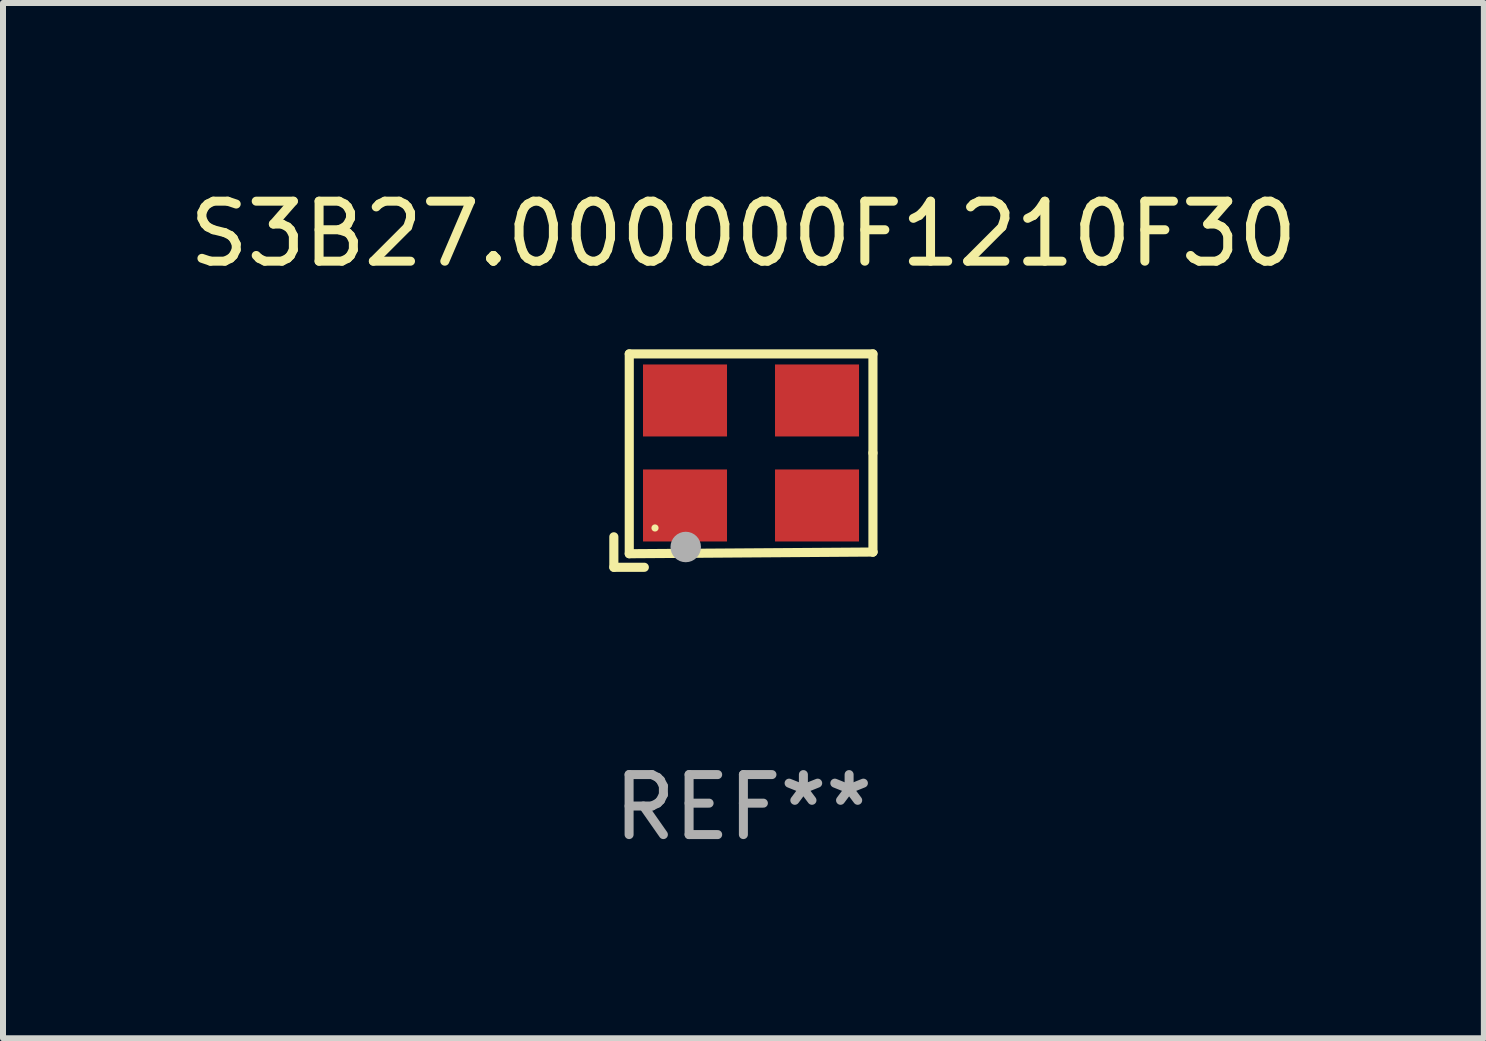
<source format=kicad_pcb>
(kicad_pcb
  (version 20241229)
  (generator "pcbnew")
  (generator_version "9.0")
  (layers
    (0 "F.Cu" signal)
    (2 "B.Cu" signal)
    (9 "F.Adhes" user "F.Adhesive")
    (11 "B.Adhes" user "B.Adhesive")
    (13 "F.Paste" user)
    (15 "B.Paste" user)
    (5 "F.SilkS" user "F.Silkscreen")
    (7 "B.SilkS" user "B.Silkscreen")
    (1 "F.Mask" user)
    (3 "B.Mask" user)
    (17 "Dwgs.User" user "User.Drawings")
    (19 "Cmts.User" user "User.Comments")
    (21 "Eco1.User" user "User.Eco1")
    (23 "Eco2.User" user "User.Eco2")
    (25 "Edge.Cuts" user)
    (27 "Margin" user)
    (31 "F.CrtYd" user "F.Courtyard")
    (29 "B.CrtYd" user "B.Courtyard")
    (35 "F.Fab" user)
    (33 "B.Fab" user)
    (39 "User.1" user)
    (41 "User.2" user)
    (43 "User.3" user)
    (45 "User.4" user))
  (footprint "S3B27.000000F1210F30"
    (layer "F.Cu")
    (at 9.339 4.626)
    (property "Reference" "S3B27.000000F1210F30" (at 0 -3.778 0) (layer "F.SilkS") (effects (font (size 1 1) (thickness 0.15))))
    (attr through_hole)
    (fp_line (start -2.159 1.27) (end -2.159 1.778) (stroke (width 0.152) (type solid)) (layer "F.SilkS"))
    (fp_line (start -2.159 1.778) (end -1.651 1.778) (stroke (width 0.152) (type solid)) (layer "F.SilkS"))
    (fp_line (start -1.902 -1.778) (end 2.159 -1.778) (stroke (width 0.152) (type solid)) (layer "F.SilkS"))
    (fp_line (start -1.902 1.552) (end -1.902 -1.778) (stroke (width 0.152) (type solid)) (layer "F.SilkS"))
    (fp_line (start 2.159 -1.778) (end 2.159 -0.127) (stroke (width 0.152) (type solid)) (layer "F.SilkS"))
    (fp_line (start 2.159 -0.127) (end 2.159 1.524) (stroke (width 0.152) (type solid)) (layer "F.SilkS"))
    (fp_line (start 2.159 1.524) (end -1.902 1.552) (stroke (width 0.152) (type solid)) (layer "F.SilkS"))
    (fp_line (start 2.159 1.524) (end 2.159 1.524) (stroke (width 0.152) (type solid)) (layer "F.SilkS"))
    (fp_circle (center -1.473 1.123) (end -1.443 1.123) (stroke (width 0.06) (type solid)) (fill no) (layer "F.SilkS"))
    (fp_circle (center -0.961 1.44) (end -0.834 1.44) (stroke (width 0.254) (type solid)) (fill no) (layer "F.Fab"))
    (fp_text user "REF**" (at 0 5.778 0) (layer "F.Fab") (effects (font (size 1 1) (thickness 0.15))))
    (pad "1" smd rect (at -0.973 0.748) (size 1.4 1.2) (layers "F.Cu" "F.Mask" "F.Paste"))
    (pad "2" smd rect (at 1.227 0.748) (size 1.4 1.2) (layers "F.Cu" "F.Mask" "F.Paste"))
    (pad "3" smd rect (at 1.227 -1.002) (size 1.4 1.2) (layers "F.Cu" "F.Mask" "F.Paste"))
    (pad "4" smd rect (at -0.973 -1.002) (size 1.4 1.2) (layers "F.Cu" "F.Mask" "F.Paste")))
  (gr_rect
    (start -3 -3)
    (end 21.679 14.253)
    (stroke (width 0.1) (type default))
    (fill no)
    (layer "Edge.Cuts")))
</source>
